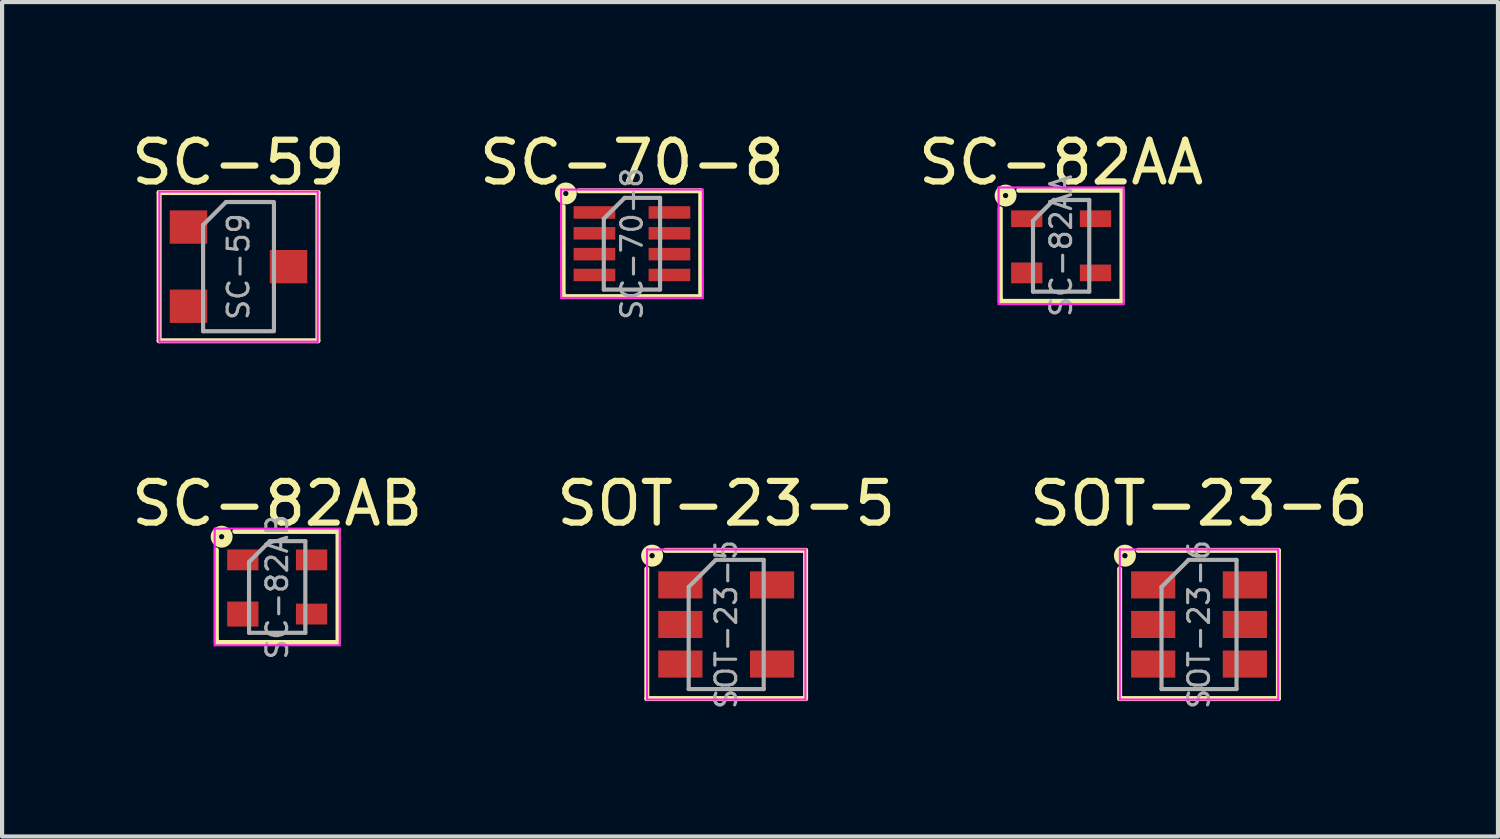
<source format=kicad_pcb>
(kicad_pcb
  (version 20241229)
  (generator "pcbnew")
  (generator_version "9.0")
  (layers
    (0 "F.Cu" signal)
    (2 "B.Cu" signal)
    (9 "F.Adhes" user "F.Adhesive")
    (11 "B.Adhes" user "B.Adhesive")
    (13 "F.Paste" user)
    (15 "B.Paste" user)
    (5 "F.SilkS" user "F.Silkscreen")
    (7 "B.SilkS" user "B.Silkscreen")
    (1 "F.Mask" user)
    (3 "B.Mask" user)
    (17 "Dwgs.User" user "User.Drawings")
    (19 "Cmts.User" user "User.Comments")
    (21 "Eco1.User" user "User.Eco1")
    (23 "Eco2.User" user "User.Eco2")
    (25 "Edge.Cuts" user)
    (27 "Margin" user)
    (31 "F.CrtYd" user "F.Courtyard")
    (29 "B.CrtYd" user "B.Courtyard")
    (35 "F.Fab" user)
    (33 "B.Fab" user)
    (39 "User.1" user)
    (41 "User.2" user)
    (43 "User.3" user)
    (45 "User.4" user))
  (footprint "SOT-23-6"
    (layer "F.Cu")
    (at 25.72 11.934)
    (property "Reference" "SOT-23-6" (at 0 -2.9 0) (layer "F.SilkS") (effects (font (size 1 1) (thickness 0.15))))
    (attr smd)
    (fp_line (start -1.905 -1.333) (end -1.905 1.778) (stroke (width 0.12) (type solid)) (layer "F.SilkS"))
    (fp_line (start -1.905 1.778) (end 1.905 1.778) (stroke (width 0.12) (type solid)) (layer "F.SilkS"))
    (fp_line (start 1.905 -1.778) (end -1.46 -1.778) (stroke (width 0.12) (type solid)) (layer "F.SilkS"))
    (fp_line (start 1.905 1.778) (end 1.905 -1.778) (stroke (width 0.12) (type solid)) (layer "F.SilkS"))
    (fp_circle (center -1.778 -1.651) (end -1.714 -1.651) (stroke (width 0.2) (type solid)) (fill no) (layer "F.SilkS"))
    (fp_line (start -1.9 -1.8) (end -1.9 1.8) (stroke (width 0.05) (type solid)) (layer "F.CrtYd"))
    (fp_line (start -1.9 1.8) (end 1.9 1.8) (stroke (width 0.05) (type solid)) (layer "F.CrtYd"))
    (fp_line (start 1.9 -1.8) (end -1.9 -1.8) (stroke (width 0.05) (type solid)) (layer "F.CrtYd"))
    (fp_line (start 1.9 1.8) (end 1.9 -1.8) (stroke (width 0.05) (type solid)) (layer "F.CrtYd"))
    (fp_line (start -0.9 -0.9) (end -0.9 1.55) (stroke (width 0.1) (type solid)) (layer "F.Fab"))
    (fp_line (start -0.9 -0.9) (end -0.25 -1.55) (stroke (width 0.1) (type solid)) (layer "F.Fab"))
    (fp_line (start 0.9 -1.55) (end -0.25 -1.55) (stroke (width 0.1) (type solid)) (layer "F.Fab"))
    (fp_line (start 0.9 -1.55) (end 0.9 1.55) (stroke (width 0.1) (type solid)) (layer "F.Fab"))
    (fp_line (start 0.9 1.55) (end -0.9 1.55) (stroke (width 0.1) (type solid)) (layer "F.Fab"))
    (fp_text user "${REFERENCE}" (at 0 0 90) (layer "F.Fab") (effects (font (size 0.5 0.5) (thickness 0.075))))
    (pad "1" smd rect (at -1.1 -0.95) (size 1.06 0.65) (layers "F.Cu" "F.Mask" "F.Paste"))
    (pad "2" smd rect (at -1.1 0) (size 1.06 0.65) (layers "F.Cu" "F.Mask" "F.Paste"))
    (pad "3" smd rect (at -1.1 0.95) (size 1.06 0.65) (layers "F.Cu" "F.Mask" "F.Paste"))
    (pad "4" smd rect (at 1.1 0.95) (size 1.06 0.65) (layers "F.Cu" "F.Mask" "F.Paste"))
    (pad "5" smd rect (at 1.1 0) (size 1.06 0.65) (layers "F.Cu" "F.Mask" "F.Paste"))
    (pad "6" smd rect (at 1.1 -0.95) (size 1.06 0.65) (layers "F.Cu" "F.Mask" "F.Paste")))
  (footprint "SC-70-8"
    (layer "F.Cu")
    (at 12.113 2.798)
    (property "Reference" "SC-70-8" (at 0 -1.95 0) (layer "F.SilkS") (effects (font (size 1 1) (thickness 0.15))))
    (attr smd)
    (fp_line (start -1.651 -0.889) (end -1.651 1.206) (stroke (width 0.12) (type solid)) (layer "F.SilkS"))
    (fp_line (start -1.651 1.206) (end -1.651 1.27) (stroke (width 0.12) (type solid)) (layer "F.SilkS"))
    (fp_line (start -1.651 1.27) (end 1.651 1.27) (stroke (width 0.12) (type solid)) (layer "F.SilkS"))
    (fp_line (start 1.651 -1.27) (end -1.27 -1.27) (stroke (width 0.12) (type solid)) (layer "F.SilkS"))
    (fp_line (start 1.651 1.27) (end 1.651 -1.27) (stroke (width 0.12) (type solid)) (layer "F.SilkS"))
    (fp_circle (center -1.587 -1.206) (end -1.524 -1.206) (stroke (width 0.2) (type solid)) (fill no) (layer "F.SilkS"))
    (fp_line (start -1.7 -1.3) (end 1.7 -1.3) (stroke (width 0.05) (type solid)) (layer "F.CrtYd"))
    (fp_line (start -1.7 1.3) (end -1.7 -1.3) (stroke (width 0.05) (type solid)) (layer "F.CrtYd"))
    (fp_line (start 1.7 -1.3) (end 1.7 1.3) (stroke (width 0.05) (type solid)) (layer "F.CrtYd"))
    (fp_line (start 1.7 1.3) (end -1.7 1.3) (stroke (width 0.05) (type solid)) (layer "F.CrtYd"))
    (fp_line (start -0.675 -0.6) (end -0.675 1.1) (stroke (width 0.1) (type solid)) (layer "F.Fab"))
    (fp_line (start -0.175 -1.1) (end -0.675 -0.6) (stroke (width 0.1) (type solid)) (layer "F.Fab"))
    (fp_line (start 0.675 -1.1) (end -0.175 -1.1) (stroke (width 0.1) (type solid)) (layer "F.Fab"))
    (fp_line (start 0.675 -1.1) (end 0.675 1.1) (stroke (width 0.1) (type solid)) (layer "F.Fab"))
    (fp_line (start 0.675 1.1) (end -0.675 1.1) (stroke (width 0.1) (type solid)) (layer "F.Fab"))
    (fp_text user "${REFERENCE}" (at 0 0 90) (layer "F.Fab") (effects (font (size 0.5 0.5) (thickness 0.075))))
    (pad "1" smd rect (at -0.9 -0.75 270) (size 0.3 1) (layers "F.Cu" "F.Mask" "F.Paste"))
    (pad "2" smd rect (at -0.9 -0.25 270) (size 0.3 1) (layers "F.Cu" "F.Mask" "F.Paste"))
    (pad "3" smd rect (at -0.9 0.25 270) (size 0.3 1) (layers "F.Cu" "F.Mask" "F.Paste"))
    (pad "4" smd rect (at -0.9 0.75 270) (size 0.3 1) (layers "F.Cu" "F.Mask" "F.Paste"))
    (pad "5" smd rect (at 0.9 0.75 270) (size 0.3 1) (layers "F.Cu" "F.Mask" "F.Paste"))
    (pad "6" smd rect (at 0.9 0.25 270) (size 0.3 1) (layers "F.Cu" "F.Mask" "F.Paste"))
    (pad "7" smd rect (at 0.9 -0.25 270) (size 0.3 1) (layers "F.Cu" "F.Mask" "F.Paste"))
    (pad "8" smd rect (at 0.9 -0.75 270) (size 0.3 1) (layers "F.Cu" "F.Mask" "F.Paste")))
  (footprint "SC-59"
    (layer "F.Cu")
    (at 2.673 3.348)
    (property "Reference" "SC-59" (at 0 -2.5 0) (layer "F.SilkS") (effects (font (size 1 1) (thickness 0.15))))
    (attr smd)
    (fp_line (start -1.905 -1.778) (end -1.841 -1.778) (stroke (width 0.12) (type solid)) (layer "F.SilkS"))
    (fp_line (start -1.905 1.778) (end -1.905 -1.778) (stroke (width 0.12) (type solid)) (layer "F.SilkS"))
    (fp_line (start -1.841 -1.778) (end 1.905 -1.778) (stroke (width 0.12) (type solid)) (layer "F.SilkS"))
    (fp_line (start 1.905 -1.778) (end 1.905 1.778) (stroke (width 0.12) (type solid)) (layer "F.SilkS"))
    (fp_line (start 1.905 1.778) (end -1.905 1.778) (stroke (width 0.12) (type solid)) (layer "F.SilkS"))
    (fp_line (start -1.9 -1.8) (end -1.9 1.8) (stroke (width 0.05) (type solid)) (layer "F.CrtYd"))
    (fp_line (start -1.9 -1.8) (end 1.9 -1.8) (stroke (width 0.05) (type solid)) (layer "F.CrtYd"))
    (fp_line (start 1.9 1.8) (end -1.9 1.8) (stroke (width 0.05) (type solid)) (layer "F.CrtYd"))
    (fp_line (start 1.9 1.8) (end 1.9 -1.8) (stroke (width 0.05) (type solid)) (layer "F.CrtYd"))
    (fp_line (start -0.85 1.55) (end -0.85 -1) (stroke (width 0.1) (type solid)) (layer "F.Fab"))
    (fp_line (start -0.85 1.55) (end 0.85 1.55) (stroke (width 0.1) (type solid)) (layer "F.Fab"))
    (fp_line (start -0.3 -1.55) (end -0.85 -1) (stroke (width 0.1) (type solid)) (layer "F.Fab"))
    (fp_line (start -0.3 -1.55) (end 0.85 -1.55) (stroke (width 0.1) (type solid)) (layer "F.Fab"))
    (fp_line (start 0.85 -1.52) (end 0.85 1.52) (stroke (width 0.1) (type solid)) (layer "F.Fab"))
    (fp_text user "${REFERENCE}" (at 0 0 90) (layer "F.Fab") (effects (font (size 0.5 0.5) (thickness 0.075))))
    (pad "1" smd rect (at -1.2 -0.95) (size 0.9 0.8) (layers "F.Cu" "F.Mask" "F.Paste"))
    (pad "2" smd rect (at -1.2 0.95) (size 0.9 0.8) (layers "F.Cu" "F.Mask" "F.Paste"))
    (pad "3" smd rect (at 1.2 0) (size 0.9 0.8) (layers "F.Cu" "F.Mask" "F.Paste")))
  (footprint "SC-82AA"
    (layer "F.Cu")
    (at 22.411 2.848)
    (property "Reference" "SC-82AA" (at 0 -2 0) (layer "F.SilkS") (effects (font (size 1 1) (thickness 0.15))))
    (attr smd)
    (fp_line (start -1.46 -0.889) (end -1.46 1.27) (stroke (width 0.12) (type solid)) (layer "F.SilkS"))
    (fp_line (start -1.46 1.27) (end -1.46 1.333) (stroke (width 0.12) (type solid)) (layer "F.SilkS"))
    (fp_line (start -1.46 1.333) (end 1.46 1.333) (stroke (width 0.12) (type solid)) (layer "F.SilkS"))
    (fp_line (start 1.46 -1.333) (end -1.016 -1.333) (stroke (width 0.12) (type solid)) (layer "F.SilkS"))
    (fp_line (start 1.46 1.333) (end 1.46 -1.333) (stroke (width 0.12) (type solid)) (layer "F.SilkS"))
    (fp_circle (center -1.333 -1.206) (end -1.27 -1.206) (stroke (width 0.2) (type solid)) (fill no) (layer "F.SilkS"))
    (fp_line (start -1.5 -1.4) (end -1.5 1.4) (stroke (width 0.05) (type solid)) (layer "F.CrtYd"))
    (fp_line (start -1.5 -1.4) (end 1.5 -1.4) (stroke (width 0.05) (type solid)) (layer "F.CrtYd"))
    (fp_line (start -1.5 1.4) (end 1.5 1.4) (stroke (width 0.05) (type solid)) (layer "F.CrtYd"))
    (fp_line (start 1.5 1.4) (end 1.5 -1.4) (stroke (width 0.05) (type solid)) (layer "F.CrtYd"))
    (fp_line (start -0.675 -0.6) (end -0.675 1.1) (stroke (width 0.1) (type solid)) (layer "F.Fab"))
    (fp_line (start -0.175 -1.1) (end -0.675 -0.6) (stroke (width 0.1) (type solid)) (layer "F.Fab"))
    (fp_line (start 0.675 -1.1) (end -0.175 -1.1) (stroke (width 0.1) (type solid)) (layer "F.Fab"))
    (fp_line (start 0.675 -1.1) (end 0.675 1.1) (stroke (width 0.1) (type solid)) (layer "F.Fab"))
    (fp_line (start 0.675 1.1) (end -0.675 1.1) (stroke (width 0.1) (type solid)) (layer "F.Fab"))
    (fp_text user "${REFERENCE}" (at 0 0 90) (layer "F.Fab") (effects (font (size 0.5 0.5) (thickness 0.075))))
    (pad "1" smd rect (at -0.825 -0.65) (size 0.75 0.4) (layers "F.Cu" "F.Mask" "F.Paste"))
    (pad "2" smd rect (at -0.825 0.65) (size 0.75 0.5) (layers "F.Cu" "F.Mask" "F.Paste"))
    (pad "3" smd rect (at 0.825 0.65) (size 0.75 0.4) (layers "F.Cu" "F.Mask" "F.Paste"))
    (pad "4" smd rect (at 0.825 -0.65) (size 0.75 0.4) (layers "F.Cu" "F.Mask" "F.Paste")))
  (footprint "SOT-23-5"
    (layer "F.Cu")
    (at 14.375 11.934)
    (property "Reference" "SOT-23-5" (at 0 -2.9 0) (layer "F.SilkS") (effects (font (size 1 1) (thickness 0.15))))
    (attr smd)
    (fp_line (start -1.905 -1.333) (end -1.905 1.778) (stroke (width 0.12) (type solid)) (layer "F.SilkS"))
    (fp_line (start -1.905 1.778) (end 1.905 1.778) (stroke (width 0.12) (type solid)) (layer "F.SilkS"))
    (fp_line (start 1.905 -1.778) (end -1.46 -1.778) (stroke (width 0.12) (type solid)) (layer "F.SilkS"))
    (fp_line (start 1.905 1.778) (end 1.905 -1.778) (stroke (width 0.12) (type solid)) (layer "F.SilkS"))
    (fp_circle (center -1.778 -1.651) (end -1.714 -1.651) (stroke (width 0.2) (type solid)) (fill no) (layer "F.SilkS"))
    (fp_line (start -1.9 -1.8) (end 1.9 -1.8) (stroke (width 0.05) (type solid)) (layer "F.CrtYd"))
    (fp_line (start -1.9 1.8) (end -1.9 -1.8) (stroke (width 0.05) (type solid)) (layer "F.CrtYd"))
    (fp_line (start 1.9 -1.8) (end 1.9 1.8) (stroke (width 0.05) (type solid)) (layer "F.CrtYd"))
    (fp_line (start 1.9 1.8) (end -1.9 1.8) (stroke (width 0.05) (type solid)) (layer "F.CrtYd"))
    (fp_line (start -0.9 -0.9) (end -0.9 1.55) (stroke (width 0.1) (type solid)) (layer "F.Fab"))
    (fp_line (start -0.9 -0.9) (end -0.25 -1.55) (stroke (width 0.1) (type solid)) (layer "F.Fab"))
    (fp_line (start 0.9 -1.55) (end -0.25 -1.55) (stroke (width 0.1) (type solid)) (layer "F.Fab"))
    (fp_line (start 0.9 -1.55) (end 0.9 1.55) (stroke (width 0.1) (type solid)) (layer "F.Fab"))
    (fp_line (start 0.9 1.55) (end -0.9 1.55) (stroke (width 0.1) (type solid)) (layer "F.Fab"))
    (fp_text user "${REFERENCE}" (at 0 0 90) (layer "F.Fab") (effects (font (size 0.5 0.5) (thickness 0.075))))
    (pad "1" smd rect (at -1.1 -0.95) (size 1.06 0.65) (layers "F.Cu" "F.Mask" "F.Paste"))
    (pad "2" smd rect (at -1.1 0) (size 1.06 0.65) (layers "F.Cu" "F.Mask" "F.Paste"))
    (pad "3" smd rect (at -1.1 0.95) (size 1.06 0.65) (layers "F.Cu" "F.Mask" "F.Paste"))
    (pad "4" smd rect (at 1.1 0.95) (size 1.06 0.65) (layers "F.Cu" "F.Mask" "F.Paste"))
    (pad "5" smd rect (at 1.1 -0.95) (size 1.06 0.65) (layers "F.Cu" "F.Mask" "F.Paste")))
  (footprint "SC-82AB"
    (layer "F.Cu")
    (at 3.601 11.034)
    (property "Reference" "SC-82AB" (at 0 -2 0) (layer "F.SilkS") (effects (font (size 1 1) (thickness 0.15))))
    (attr smd)
    (fp_line (start -1.46 -0.889) (end -1.46 1.27) (stroke (width 0.12) (type solid)) (layer "F.SilkS"))
    (fp_line (start -1.46 1.27) (end -1.46 1.333) (stroke (width 0.12) (type solid)) (layer "F.SilkS"))
    (fp_line (start -1.46 1.333) (end 1.46 1.333) (stroke (width 0.12) (type solid)) (layer "F.SilkS"))
    (fp_line (start 1.46 -1.333) (end -1.016 -1.333) (stroke (width 0.12) (type solid)) (layer "F.SilkS"))
    (fp_line (start 1.46 1.333) (end 1.46 -1.333) (stroke (width 0.12) (type solid)) (layer "F.SilkS"))
    (fp_circle (center -1.333 -1.206) (end -1.27 -1.206) (stroke (width 0.2) (type solid)) (fill no) (layer "F.SilkS"))
    (fp_line (start -1.5 -1.4) (end -1.5 1.4) (stroke (width 0.05) (type solid)) (layer "F.CrtYd"))
    (fp_line (start -1.5 -1.4) (end 1.5 -1.4) (stroke (width 0.05) (type solid)) (layer "F.CrtYd"))
    (fp_line (start -1.5 1.4) (end 1.5 1.4) (stroke (width 0.05) (type solid)) (layer "F.CrtYd"))
    (fp_line (start 1.5 1.4) (end 1.5 -1.4) (stroke (width 0.05) (type solid)) (layer "F.CrtYd"))
    (fp_line (start -0.675 -0.6) (end -0.675 1.1) (stroke (width 0.1) (type solid)) (layer "F.Fab"))
    (fp_line (start -0.175 -1.1) (end -0.675 -0.6) (stroke (width 0.1) (type solid)) (layer "F.Fab"))
    (fp_line (start 0.675 -1.1) (end -0.175 -1.1) (stroke (width 0.1) (type solid)) (layer "F.Fab"))
    (fp_line (start 0.675 -1.1) (end 0.675 1.1) (stroke (width 0.1) (type solid)) (layer "F.Fab"))
    (fp_line (start 0.675 1.1) (end -0.675 1.1) (stroke (width 0.1) (type solid)) (layer "F.Fab"))
    (fp_text user "${REFERENCE}" (at 0 0 90) (layer "F.Fab") (effects (font (size 0.5 0.5) (thickness 0.075))))
    (pad "1" smd rect (at -0.825 -0.65) (size 0.75 0.5) (layers "F.Cu" "F.Mask" "F.Paste"))
    (pad "2" smd rect (at -0.825 0.65) (size 0.75 0.6) (layers "F.Cu" "F.Mask" "F.Paste"))
    (pad "3" smd rect (at 0.825 0.65) (size 0.75 0.5) (layers "F.Cu" "F.Mask" "F.Paste"))
    (pad "4" smd rect (at 0.825 -0.65) (size 0.75 0.5) (layers "F.Cu" "F.Mask" "F.Paste")))
  (gr_rect
    (start -3 -3)
    (end 32.893 17.021)
    (stroke (width 0.1) (type default))
    (fill no)
    (layer "Edge.Cuts")))
</source>
